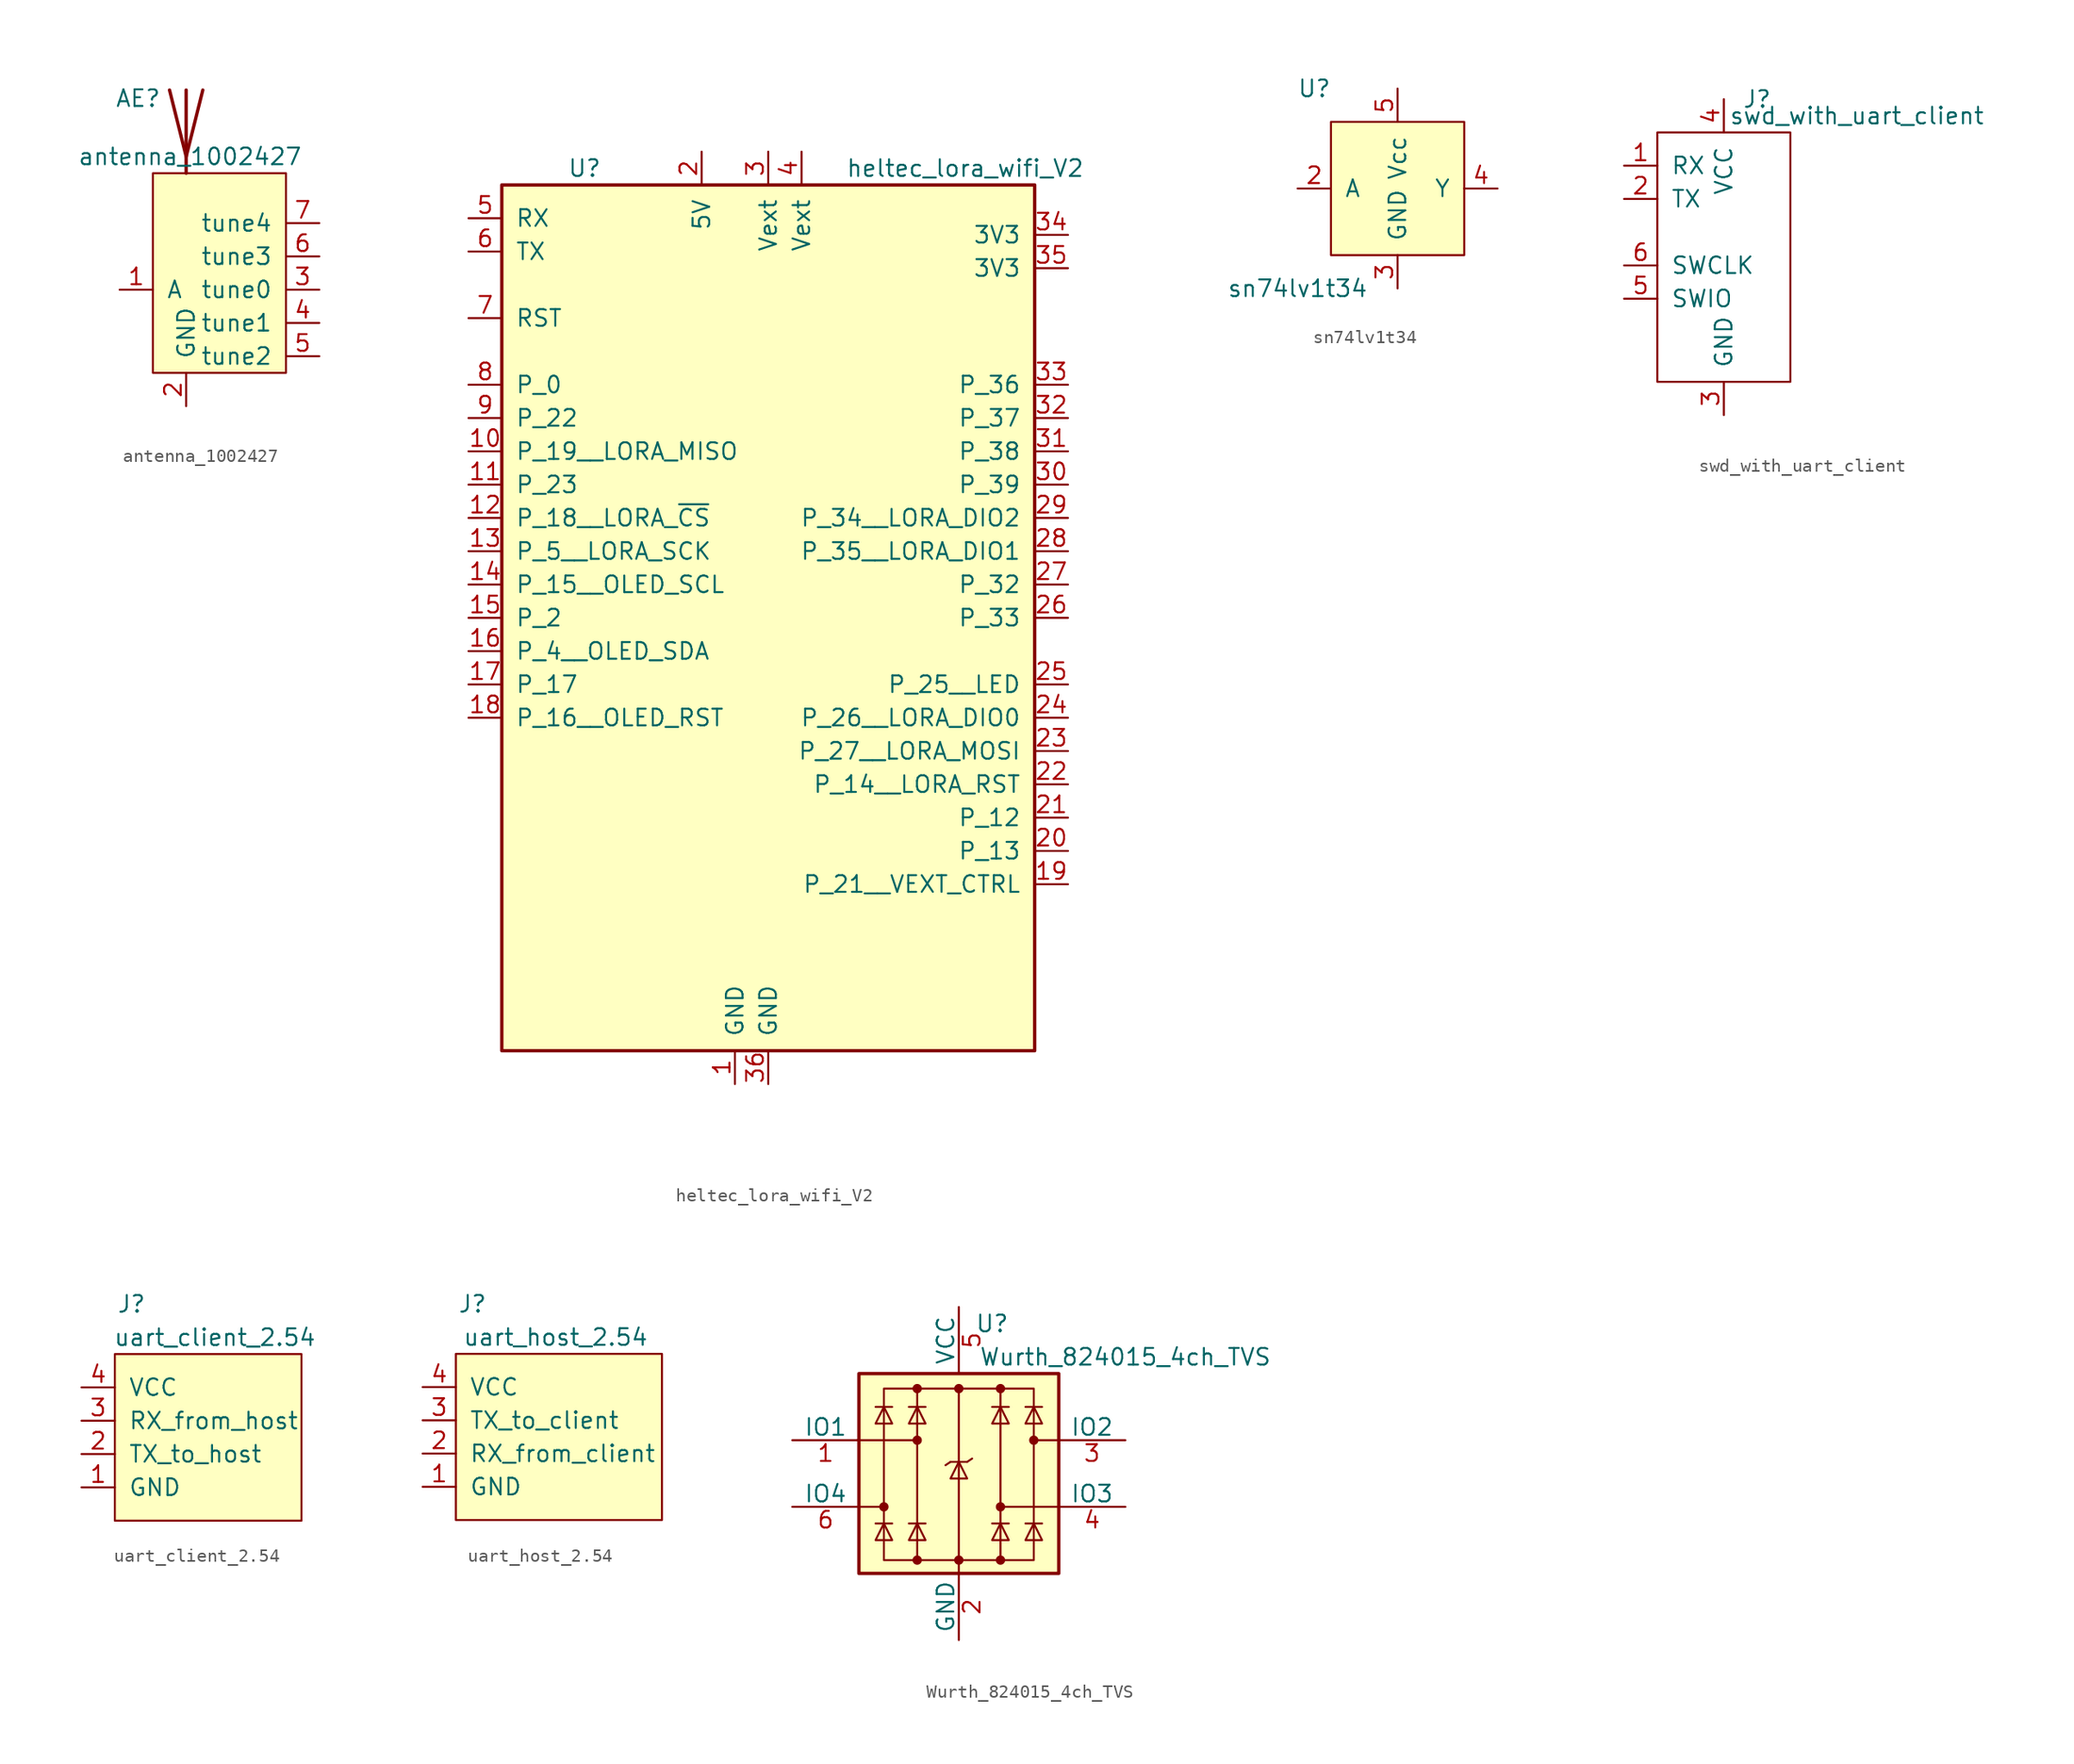
<source format=kicad_sym>
(kicad_symbol_lib
  (version 20220914)
  (generator kicad_symbol_editor)
  (symbol "antenna_1002427"
    (pin_names
      (offset 1.016))
    (property "Reference" "AE"
      (at -1.905 9.525 0)
      (effects (font (size 1.27 1.27)) (justify right)))
    (property "Value" "antenna_1002427"
      (at 8.89 5.08 0)
      (effects (font (size 1.27 1.27)) (justify right)))
    (symbol "antenna_1002427_0_1"
      (rectangle (start -2.54 3.81) (end 7.62 -11.43) (stroke (width 0) (type default)) (fill (type background)))
      (polyline (pts (xy 0 10.16) (xy 0 3.81)) (stroke (width 0.254) (type default)) (fill (type none)))
      (polyline (pts (xy 1.27 10.16) (xy 0 5.08) (xy -1.27 10.16)) (stroke (width 0.254) (type default)) (fill (type none))))
    (symbol "antenna_1002427_1_1"
      (pin input line (at -5.08 -5.08 0) (length 2.54) (name "A" (effects (font (size 1.27 1.27)))) (number "1" (effects (font (size 1.27 1.27)))))
      (pin power_in line (at 0 -13.97 90) (length 2.54) (name "GND" (effects (font (size 1.27 1.27)))) (number "2" (effects (font (size 1.27 1.27)))))
      (pin passive line (at 10.16 -5.08 180) (length 2.54) (name "tune0" (effects (font (size 1.27 1.27)))) (number "3" (effects (font (size 1.27 1.27)))))
      (pin passive line (at 10.16 -7.62 180) (length 2.54) (name "tune1" (effects (font (size 1.27 1.27)))) (number "4" (effects (font (size 1.27 1.27)))))
      (pin passive line (at 10.16 -10.16 180) (length 2.54) (name "tune2" (effects (font (size 1.27 1.27)))) (number "5" (effects (font (size 1.27 1.27)))))
      (pin passive line (at 10.16 -2.54 180) (length 2.54) (name "tune3" (effects (font (size 1.27 1.27)))) (number "6" (effects (font (size 1.27 1.27)))))
      (pin passive line (at 10.16 0 180) (length 2.54) (name "tune4" (effects (font (size 1.27 1.27)))) (number "7" (effects (font (size 1.27 1.27)))))))
  (symbol "heltec_lora_wifi_V2"
    (pin_names
      (offset 1.016))
    (property "Reference" "U"
      (at -12.7 34.29 0)
      (effects (font (size 1.27 1.27)) (justify right)))
    (property "Value" "heltec_lora_wifi_V2"
      (at 24.13 34.29 0)
      (effects (font (size 1.27 1.27)) (justify right)))
    (symbol "heltec_lora_wifi_V2_0_1"
      (rectangle (start -20.32 33.02) (end 20.32 -33.02) (stroke (width 0.254) (type default)) (fill (type background))))
    (symbol "heltec_lora_wifi_V2_1_1"
      (pin power_in line (at -2.54 -35.56 90) (length 2.54) (name "GND" (effects (font (size 1.27 1.27)))) (number "1" (effects (font (size 1.27 1.27)))))
      (pin bidirectional line (at -22.86 12.7 0) (length 2.54) (name "P_19__LORA_MISO" (effects (font (size 1.27 1.27)))) (number "10" (effects (font (size 1.27 1.27)))))
      (pin bidirectional line (at -22.86 10.16 0) (length 2.54) (name "P_23" (effects (font (size 1.27 1.27)))) (number "11" (effects (font (size 1.27 1.27)))))
      (pin bidirectional line (at -22.86 7.62 0) (length 2.54) (name "P_18__LORA_~{CS}" (effects (font (size 1.27 1.27)))) (number "12" (effects (font (size 1.27 1.27)))))
      (pin bidirectional line (at -22.86 5.08 0) (length 2.54) (name "P_5__LORA_SCK" (effects (font (size 1.27 1.27)))) (number "13" (effects (font (size 1.27 1.27)))))
      (pin bidirectional line (at -22.86 2.54 0) (length 2.54) (name "P_15__OLED_SCL" (effects (font (size 1.27 1.27)))) (number "14" (effects (font (size 1.27 1.27)))))
      (pin bidirectional line (at -22.86 0 0) (length 2.54) (name "P_2" (effects (font (size 1.27 1.27)))) (number "15" (effects (font (size 1.27 1.27)))))
      (pin bidirectional line (at -22.86 -2.54 0) (length 2.54) (name "P_4__OLED_SDA" (effects (font (size 1.27 1.27)))) (number "16" (effects (font (size 1.27 1.27)))))
      (pin bidirectional line (at -22.86 -5.08 0) (length 2.54) (name "P_17" (effects (font (size 1.27 1.27)))) (number "17" (effects (font (size 1.27 1.27)))))
      (pin bidirectional line (at -22.86 -7.62 0) (length 2.54) (name "P_16__OLED_RST" (effects (font (size 1.27 1.27)))) (number "18" (effects (font (size 1.27 1.27)))))
      (pin bidirectional line (at 22.86 -20.32 180) (length 2.54) (name "P_21__VEXT_CTRL" (effects (font (size 1.27 1.27)))) (number "19" (effects (font (size 1.27 1.27)))))
      (pin power_in line (at -5.08 35.56 270) (length 2.54) (name "5V" (effects (font (size 1.27 1.27)))) (number "2" (effects (font (size 1.27 1.27)))))
      (pin bidirectional line (at 22.86 -17.78 180) (length 2.54) (name "P_13" (effects (font (size 1.27 1.27)))) (number "20" (effects (font (size 1.27 1.27)))))
      (pin bidirectional line (at 22.86 -15.24 180) (length 2.54) (name "P_12" (effects (font (size 1.27 1.27)))) (number "21" (effects (font (size 1.27 1.27)))))
      (pin bidirectional line (at 22.86 -12.7 180) (length 2.54) (name "P_14__LORA_RST" (effects (font (size 1.27 1.27)))) (number "22" (effects (font (size 1.27 1.27)))))
      (pin bidirectional line (at 22.86 -10.16 180) (length 2.54) (name "P_27__LORA_MOSI" (effects (font (size 1.27 1.27)))) (number "23" (effects (font (size 1.27 1.27)))))
      (pin bidirectional line (at 22.86 -7.62 180) (length 2.54) (name "P_26__LORA_DIO0" (effects (font (size 1.27 1.27)))) (number "24" (effects (font (size 1.27 1.27)))))
      (pin bidirectional line (at 22.86 -5.08 180) (length 2.54) (name "P_25__LED" (effects (font (size 1.27 1.27)))) (number "25" (effects (font (size 1.27 1.27)))))
      (pin input line (at 22.86 0 180) (length 2.54) (name "P_33" (effects (font (size 1.27 1.27)))) (number "26" (effects (font (size 1.27 1.27)))))
      (pin input line (at 22.86 2.54 180) (length 2.54) (name "P_32" (effects (font (size 1.27 1.27)))) (number "27" (effects (font (size 1.27 1.27)))))
      (pin input line (at 22.86 5.08 180) (length 2.54) (name "P_35__LORA_DIO1" (effects (font (size 1.27 1.27)))) (number "28" (effects (font (size 1.27 1.27)))))
      (pin input line (at 22.86 7.62 180) (length 2.54) (name "P_34__LORA_DIO2" (effects (font (size 1.27 1.27)))) (number "29" (effects (font (size 1.27 1.27)))))
      (pin power_in line (at 0 35.56 270) (length 2.54) (name "Vext" (effects (font (size 1.27 1.27)))) (number "3" (effects (font (size 1.27 1.27)))))
      (pin input line (at 22.86 10.16 180) (length 2.54) (name "P_39" (effects (font (size 1.27 1.27)))) (number "30" (effects (font (size 1.27 1.27)))))
      (pin input line (at 22.86 12.7 180) (length 2.54) (name "P_38" (effects (font (size 1.27 1.27)))) (number "31" (effects (font (size 1.27 1.27)))))
      (pin input line (at 22.86 15.24 180) (length 2.54) (name "P_37" (effects (font (size 1.27 1.27)))) (number "32" (effects (font (size 1.27 1.27)))))
      (pin input line (at 22.86 17.78 180) (length 2.54) (name "P_36" (effects (font (size 1.27 1.27)))) (number "33" (effects (font (size 1.27 1.27)))))
      (pin power_out line (at 22.86 29.21 180) (length 2.54) (name "3V3" (effects (font (size 1.27 1.27)))) (number "34" (effects (font (size 1.27 1.27)))))
      (pin power_out line (at 22.86 26.67 180) (length 2.54) (name "3V3" (effects (font (size 1.27 1.27)))) (number "35" (effects (font (size 1.27 1.27)))))
      (pin power_in line (at 0 -35.56 90) (length 2.54) (name "GND" (effects (font (size 1.27 1.27)))) (number "36" (effects (font (size 1.27 1.27)))))
      (pin power_in line (at 2.54 35.56 270) (length 2.54) (name "Vext" (effects (font (size 1.27 1.27)))) (number "4" (effects (font (size 1.27 1.27)))))
      (pin bidirectional line (at -22.86 30.48 0) (length 2.54) (name "RX" (effects (font (size 1.27 1.27)))) (number "5" (effects (font (size 1.27 1.27)))))
      (pin bidirectional line (at -22.86 27.94 0) (length 2.54) (name "TX" (effects (font (size 1.27 1.27)))) (number "6" (effects (font (size 1.27 1.27)))))
      (pin input line (at -22.86 22.86 0) (length 2.54) (name "RST" (effects (font (size 1.27 1.27)))) (number "7" (effects (font (size 1.27 1.27)))))
      (pin bidirectional line (at -22.86 17.78 0) (length 2.54) (name "P_0" (effects (font (size 1.27 1.27)))) (number "8" (effects (font (size 1.27 1.27)))))
      (pin bidirectional line (at -22.86 15.24 0) (length 2.54) (name "P_22" (effects (font (size 1.27 1.27)))) (number "9" (effects (font (size 1.27 1.27)))))))
  (symbol "sn74lv1t34"
    (pin_names
      (offset 1.016))
    (property "Reference" "U"
      (at -6.35 7.62 0)
      (effects (font (size 1.27 1.27))))
    (property "Value" "sn74lv1t34"
      (at -7.62 -7.62 0)
      (effects (font (size 1.27 1.27))))
    (symbol "sn74lv1t34_0_1"
      (rectangle (start -5.08 5.08) (end 5.08 -5.08) (stroke (width 0) (type default)) (fill (type background))))
    (symbol "sn74lv1t34_1_1"
      (pin input line (at -7.62 0 0) (length 2.54) (name "A" (effects (font (size 1.27 1.27)))) (number "2" (effects (font (size 1.27 1.27)))))
      (pin power_in line (at 0 -7.62 90) (length 2.54) (name "GND" (effects (font (size 1.27 1.27)))) (number "3" (effects (font (size 1.27 1.27)))))
      (pin output line (at 7.62 0 180) (length 2.54) (name "Y" (effects (font (size 1.27 1.27)))) (number "4" (effects (font (size 1.27 1.27)))))
      (pin power_in line (at 0 7.62 270) (length 2.54) (name "Vcc" (effects (font (size 1.27 1.27)))) (number "5" (effects (font (size 1.27 1.27)))))))
  (symbol "swd_with_uart_client"
    (pin_names
      (offset 1.016))
    (property "Reference" "J"
      (at 7.62 21.59 0)
      (effects (font (size 1.27 1.27))))
    (property "Value" "swd_with_uart_client"
      (at 15.24 20.32 0)
      (effects (font (size 1.27 1.27))))
    (symbol "swd_with_uart_client_0_1"
      (rectangle (start 0 19.05) (end 10.16 0) (stroke (width 0) (type default)) (fill (type none))))
    (symbol "swd_with_uart_client_1_1"
      (pin output line (at -2.54 16.51 0) (length 2.54) (name "RX" (effects (font (size 1.27 1.27)))) (number "1" (effects (font (size 1.27 1.27)))))
      (pin input line (at -2.54 13.97 0) (length 2.54) (name "TX" (effects (font (size 1.27 1.27)))) (number "2" (effects (font (size 1.27 1.27)))))
      (pin passive line (at 5.08 -2.54 90) (length 2.54) (name "GND" (effects (font (size 1.27 1.27)))) (number "3" (effects (font (size 1.27 1.27)))))
      (pin passive line (at 5.08 21.59 270) (length 2.54) (name "VCC" (effects (font (size 1.27 1.27)))) (number "4" (effects (font (size 1.27 1.27)))))
      (pin bidirectional line (at -2.54 6.35 0) (length 2.54) (name "SWIO" (effects (font (size 1.27 1.27)))) (number "5" (effects (font (size 1.27 1.27)))))
      (pin bidirectional line (at -2.54 8.89 0) (length 2.54) (name "SWCLK" (effects (font (size 1.27 1.27)))) (number "6" (effects (font (size 1.27 1.27)))))))
  (symbol "uart_client_2.54"
    (pin_names
      (offset 1.016))
    (property "Reference" "J"
      (at 1.27 16.51 0)
      (effects (font (size 1.27 1.27))))
    (property "Value" "uart_client_2.54"
      (at 7.62 13.97 0)
      (effects (font (size 1.27 1.27))))
    (symbol "uart_client_2.54_0_1"
      (rectangle (start 0 12.7) (end 14.224 0) (stroke (width 0) (type default)) (fill (type background))))
    (symbol "uart_client_2.54_1_1"
      (pin passive line (at -2.54 2.54 0) (length 2.54) (name "GND" (effects (font (size 1.27 1.27)))) (number "1" (effects (font (size 1.27 1.27)))))
      (pin input line (at -2.54 5.08 0) (length 2.54) (name "TX_to_host" (effects (font (size 1.27 1.27)))) (number "2" (effects (font (size 1.27 1.27)))))
      (pin output line (at -2.54 7.62 0) (length 2.54) (name "RX_from_host" (effects (font (size 1.27 1.27)))) (number "3" (effects (font (size 1.27 1.27)))))
      (pin passive line (at -2.54 10.16 0) (length 2.54) (name "VCC" (effects (font (size 1.27 1.27)))) (number "4" (effects (font (size 1.27 1.27)))))))
  (symbol "uart_host_2.54"
    (pin_names
      (offset 1.016))
    (property "Reference" "J"
      (at 1.27 16.51 0)
      (effects (font (size 1.27 1.27))))
    (property "Value" "uart_host_2.54"
      (at 7.62 13.97 0)
      (effects (font (size 1.27 1.27))))
    (symbol "uart_host_2.54_0_1"
      (rectangle (start 0 12.7) (end 15.748 0) (stroke (width 0) (type default)) (fill (type background))))
    (symbol "uart_host_2.54_1_1"
      (pin passive line (at -2.54 2.54 0) (length 2.54) (name "GND" (effects (font (size 1.27 1.27)))) (number "1" (effects (font (size 1.27 1.27)))))
      (pin input line (at -2.54 5.08 0) (length 2.54) (name "RX_from_client" (effects (font (size 1.27 1.27)))) (number "2" (effects (font (size 1.27 1.27)))))
      (pin output line (at -2.54 7.62 0) (length 2.54) (name "TX_to_client" (effects (font (size 1.27 1.27)))) (number "3" (effects (font (size 1.27 1.27)))))
      (pin passive line (at -2.54 10.16 0) (length 2.54) (name "VCC" (effects (font (size 1.27 1.27)))) (number "4" (effects (font (size 1.27 1.27)))))))
  (symbol "Wurth_824015_4ch_TVS"
    (pin_names
      (offset 0))
    (property "Reference" "U"
      (at 2.54 11.43 0)
      (effects (font (size 1.27 1.27))))
    (property "Value" "Wurth_824015_4ch_TVS"
      (at 12.7 8.89 0)
      (effects (font (size 1.27 1.27))))
    (symbol "Wurth_824015_4ch_TVS_0_0"
      (rectangle (start -5.715 6.477) (end 5.715 -6.604) (stroke (width 0) (type default)) (fill (type none)))
      (polyline (pts (xy -3.175 -6.604) (xy -3.175 6.477)) (stroke (width 0) (type default)) (fill (type none)))
      (polyline (pts (xy 0 6.477) (xy 0 -6.604)) (stroke (width 0) (type default)) (fill (type none)))
      (polyline (pts (xy 3.175 6.477) (xy 3.175 -6.604)) (stroke (width 0) (type default)) (fill (type none))))
    (symbol "Wurth_824015_4ch_TVS_0_1"
      (rectangle (start -7.62 7.62) (end 7.62 -7.62) (stroke (width 0.254) (type default)) (fill (type background)))
      (circle (center -5.715 -2.54) (radius 0.279) (stroke (width 0) (type default)) (fill (type outline)))
      (circle (center -3.175 -6.604) (radius 0.279) (stroke (width 0) (type default)) (fill (type outline)))
      (circle (center -3.175 2.54) (radius 0.279) (stroke (width 0) (type default)) (fill (type outline)))
      (circle (center -3.175 6.477) (radius 0.279) (stroke (width 0) (type default)) (fill (type outline)))
      (circle (center 0 -6.604) (radius 0.279) (stroke (width 0) (type default)) (fill (type outline)))
      (polyline (pts (xy -7.747 2.54) (xy -3.175 2.54)) (stroke (width 0) (type default)) (fill (type none)))
      (polyline (pts (xy -7.62 -2.54) (xy -5.715 -2.54)) (stroke (width 0) (type default)) (fill (type none)))
      (polyline (pts (xy -5.08 -3.81) (xy -6.35 -3.81)) (stroke (width 0) (type default)) (fill (type none)))
      (polyline (pts (xy -5.08 5.08) (xy -6.35 5.08)) (stroke (width 0) (type default)) (fill (type none)))
      (polyline (pts (xy -2.54 -3.81) (xy -3.81 -3.81)) (stroke (width 0) (type default)) (fill (type none)))
      (polyline (pts (xy -2.54 5.08) (xy -3.81 5.08)) (stroke (width 0) (type default)) (fill (type none)))
      (polyline (pts (xy -0.635 0.889) (xy -1.016 0.635)) (stroke (width 0) (type default)) (fill (type none)))
      (polyline (pts (xy 0 -6.604) (xy 0 -7.62)) (stroke (width 0) (type default)) (fill (type none)))
      (polyline (pts (xy 0.635 0.889) (xy -0.635 0.889)) (stroke (width 0) (type default)) (fill (type none)))
      (polyline (pts (xy 0.635 0.889) (xy 1.016 1.143)) (stroke (width 0) (type default)) (fill (type none)))
      (polyline (pts (xy 3.81 -3.81) (xy 2.54 -3.81)) (stroke (width 0) (type default)) (fill (type none)))
      (polyline (pts (xy 3.81 5.08) (xy 2.54 5.08)) (stroke (width 0) (type default)) (fill (type none)))
      (polyline (pts (xy 6.35 -3.81) (xy 5.08 -3.81)) (stroke (width 0) (type default)) (fill (type none)))
      (polyline (pts (xy 6.35 5.08) (xy 5.08 5.08)) (stroke (width 0) (type default)) (fill (type none)))
      (polyline (pts (xy 7.62 -2.54) (xy 3.175 -2.54)) (stroke (width 0) (type default)) (fill (type none)))
      (polyline (pts (xy 7.62 2.54) (xy 5.715 2.54)) (stroke (width 0) (type default)) (fill (type none)))
      (polyline (pts (xy -5.08 -5.08) (xy -6.35 -5.08) (xy -5.715 -3.81) (xy -5.08 -5.08)) (stroke (width 0) (type default)) (fill (type none)))
      (polyline (pts (xy -5.08 3.81) (xy -6.35 3.81) (xy -5.715 5.08) (xy -5.08 3.81)) (stroke (width 0) (type default)) (fill (type none)))
      (polyline (pts (xy -2.54 -5.08) (xy -3.81 -5.08) (xy -3.175 -3.81) (xy -2.54 -5.08)) (stroke (width 0) (type default)) (fill (type none)))
      (polyline (pts (xy -2.54 3.81) (xy -3.81 3.81) (xy -3.175 5.08) (xy -2.54 3.81)) (stroke (width 0) (type default)) (fill (type none)))
      (polyline (pts (xy 0.635 -0.381) (xy -0.635 -0.381) (xy 0 0.889) (xy 0.635 -0.381)) (stroke (width 0) (type default)) (fill (type none)))
      (polyline (pts (xy 3.81 -5.08) (xy 2.54 -5.08) (xy 3.175 -3.81) (xy 3.81 -5.08)) (stroke (width 0) (type default)) (fill (type none)))
      (polyline (pts (xy 3.81 3.81) (xy 2.54 3.81) (xy 3.175 5.08) (xy 3.81 3.81)) (stroke (width 0) (type default)) (fill (type none)))
      (polyline (pts (xy 6.35 -5.08) (xy 5.08 -5.08) (xy 5.715 -3.81) (xy 6.35 -5.08)) (stroke (width 0) (type default)) (fill (type none)))
      (polyline (pts (xy 6.35 3.81) (xy 5.08 3.81) (xy 5.715 5.08) (xy 6.35 3.81)) (stroke (width 0) (type default)) (fill (type none)))
      (circle (center 0 6.477) (radius 0.279) (stroke (width 0) (type default)) (fill (type outline)))
      (circle (center 3.175 -6.604) (radius 0.279) (stroke (width 0) (type default)) (fill (type outline)))
      (circle (center 3.175 -2.54) (radius 0.279) (stroke (width 0) (type default)) (fill (type outline)))
      (circle (center 3.175 6.477) (radius 0.279) (stroke (width 0) (type default)) (fill (type outline)))
      (circle (center 5.715 2.54) (radius 0.279) (stroke (width 0) (type default)) (fill (type outline))))
    (symbol "Wurth_824015_4ch_TVS_1_1"
      (pin passive line (at -12.7 2.54 0) (length 5.08) (name "IO1" (effects (font (size 1.27 1.27)))) (number "1" (effects (font (size 1.27 1.27)))))
      (pin power_in line (at 0 -12.7 90) (length 5.08) (name "GND" (effects (font (size 1.27 1.27)))) (number "2" (effects (font (size 1.27 1.27)))))
      (pin passive line (at 12.7 2.54 180) (length 5.08) (name "IO2" (effects (font (size 1.27 1.27)))) (number "3" (effects (font (size 1.27 1.27)))))
      (pin passive line (at 12.7 -2.54 180) (length 5.08) (name "IO3" (effects (font (size 1.27 1.27)))) (number "4" (effects (font (size 1.27 1.27)))))
      (pin power_in line (at 0 12.7 270) (length 5.08) (name "VCC" (effects (font (size 1.27 1.27)))) (number "5" (effects (font (size 1.27 1.27)))))
      (pin passive line (at -12.7 -2.54 0) (length 5.08) (name "IO4" (effects (font (size 1.27 1.27)))) (number "6" (effects (font (size 1.27 1.27))))))))
</source>
